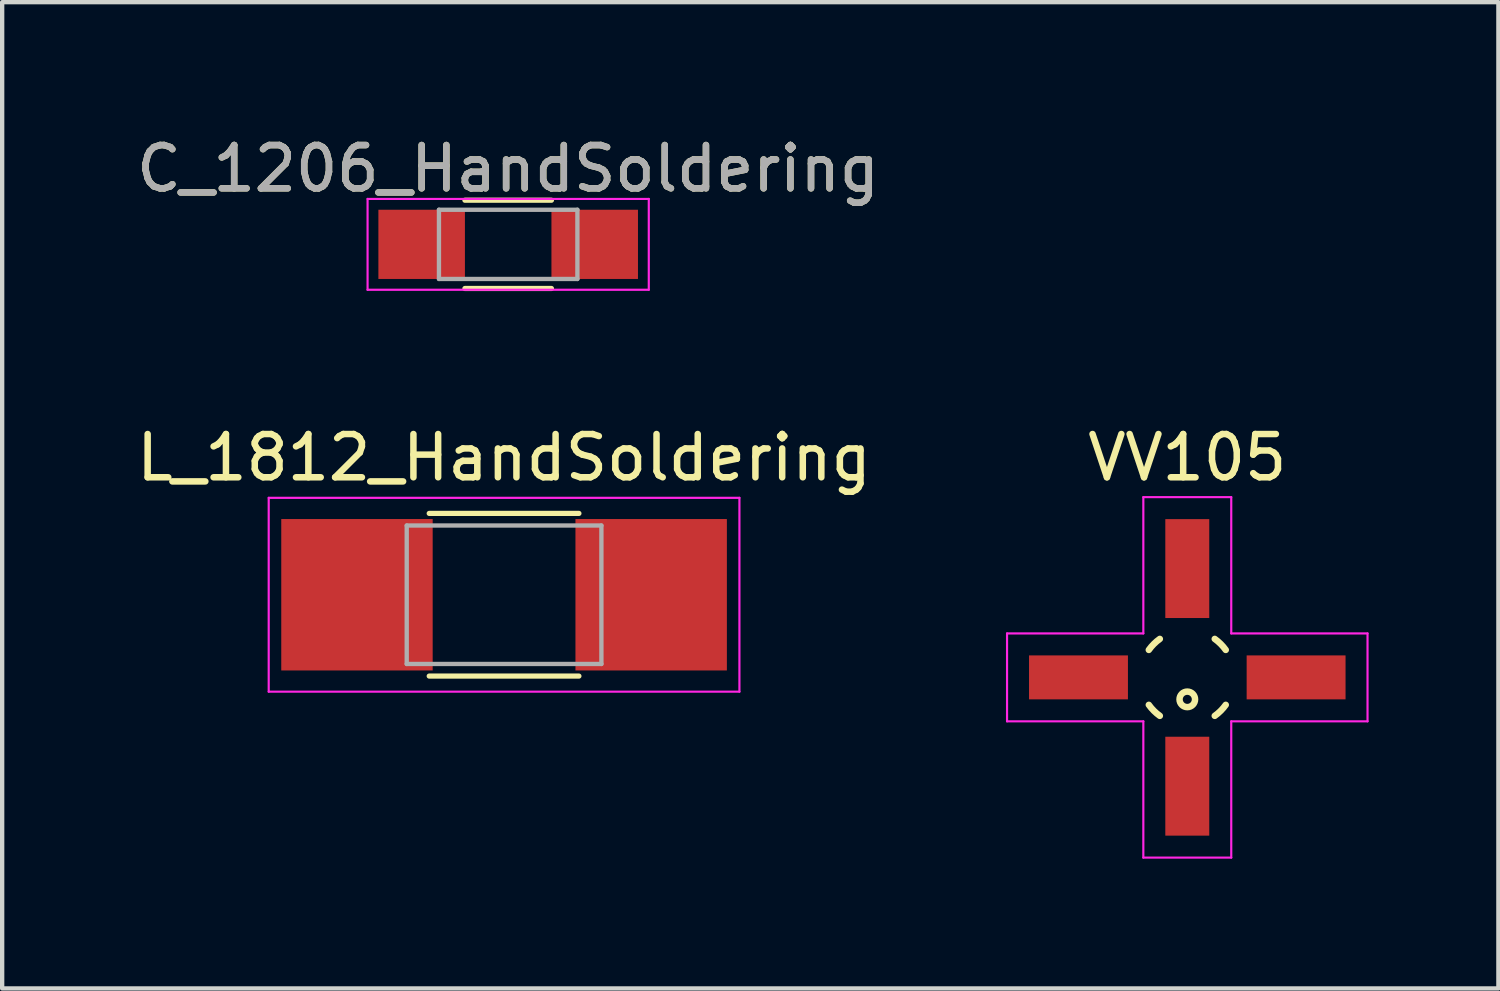
<source format=kicad_pcb>
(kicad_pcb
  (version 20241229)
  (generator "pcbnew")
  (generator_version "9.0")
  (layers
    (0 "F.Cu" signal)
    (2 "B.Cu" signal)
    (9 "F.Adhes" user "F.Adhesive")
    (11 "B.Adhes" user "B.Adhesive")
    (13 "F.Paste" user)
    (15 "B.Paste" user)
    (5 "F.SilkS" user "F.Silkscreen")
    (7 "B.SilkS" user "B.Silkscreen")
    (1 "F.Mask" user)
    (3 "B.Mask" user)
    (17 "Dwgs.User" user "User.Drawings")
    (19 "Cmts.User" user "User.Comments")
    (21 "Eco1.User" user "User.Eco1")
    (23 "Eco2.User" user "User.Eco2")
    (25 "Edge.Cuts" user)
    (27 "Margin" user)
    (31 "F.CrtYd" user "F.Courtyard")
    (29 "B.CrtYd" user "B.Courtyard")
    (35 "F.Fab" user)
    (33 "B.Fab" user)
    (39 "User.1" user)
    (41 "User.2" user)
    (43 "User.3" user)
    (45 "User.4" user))
  (footprint "VV105"
    (layer "F.Cu")
    (at 24.393 12.607)
    (property "Reference" "VV105" (at 0 -5.08 0) (layer "F.SilkS") (effects (font (size 1 1) (thickness 0.15))))
    (attr through_hole)
    (fp_arc (start -0.889 -0.635) (mid -0.772511 -0.772511) (end -0.635 -0.889) (stroke (width 0.15) (type solid)) (layer "F.SilkS"))
    (fp_arc (start -0.635 0.889) (mid -0.772511 0.77251) (end -0.889001 0.634999) (stroke (width 0.15) (type solid)) (layer "F.SilkS"))
    (fp_arc (start 0.635 -0.889) (mid 0.772511 -0.772511) (end 0.889 -0.635) (stroke (width 0.15) (type solid)) (layer "F.SilkS"))
    (fp_arc (start 0.889 0.635) (mid 0.77251 0.772511) (end 0.634999 0.889001) (stroke (width 0.15) (type solid)) (layer "F.SilkS"))
    (fp_circle (center 0 0.508) (end 0.127 0.635) (stroke (width 0.15) (type solid)) (fill no) (layer "F.SilkS"))
    (fp_line (start -4.166 -1.016) (end -1.016 -1.016) (stroke (width 0.05) (type solid)) (layer "F.CrtYd"))
    (fp_line (start -4.166 1.016) (end -4.166 -1.016) (stroke (width 0.05) (type solid)) (layer "F.CrtYd"))
    (fp_line (start -1.016 -4.166) (end -1.016 -1.016) (stroke (width 0.05) (type solid)) (layer "F.CrtYd"))
    (fp_line (start -1.016 1.016) (end -4.166 1.016) (stroke (width 0.05) (type solid)) (layer "F.CrtYd"))
    (fp_line (start -1.016 4.166) (end -1.016 1.016) (stroke (width 0.05) (type solid)) (layer "F.CrtYd"))
    (fp_line (start 1.016 -4.166) (end -1.016 -4.166) (stroke (width 0.05) (type solid)) (layer "F.CrtYd"))
    (fp_line (start 1.016 -4.166) (end 1.016 -1.016) (stroke (width 0.05) (type solid)) (layer "F.CrtYd"))
    (fp_line (start 1.016 -1.016) (end 4.166 -1.016) (stroke (width 0.05) (type solid)) (layer "F.CrtYd"))
    (fp_line (start 1.016 1.016) (end 1.016 4.166) (stroke (width 0.05) (type solid)) (layer "F.CrtYd"))
    (fp_line (start 1.016 4.166) (end -1.016 4.166) (stroke (width 0.05) (type solid)) (layer "F.CrtYd"))
    (fp_line (start 4.166 -1.016) (end 4.166 1.016) (stroke (width 0.05) (type solid)) (layer "F.CrtYd"))
    (fp_line (start 4.166 1.016) (end 1.016 1.016) (stroke (width 0.05) (type solid)) (layer "F.CrtYd"))
    (pad "1" smd rect (at 0 2.515) (size 1.016 2.286) (layers "F.Cu" "F.Mask" "F.Paste"))
    (pad "2" smd rect (at 2.515 0) (size 2.286 1.016) (layers "F.Cu" "F.Mask" "F.Paste"))
    (pad "3" smd rect (at 0 -2.515) (size 1.016 2.286) (layers "F.Cu" "F.Mask" "F.Paste"))
    (pad "4" smd rect (at -2.515 0) (size 2.286 1.016) (layers "F.Cu" "F.Mask" "F.Paste")))
  (footprint "L_1812_HandSoldering"
    (layer "F.Cu")
    (at 8.601 10.697)
    (property "Reference" "L_1812_HandSoldering" (at 0 -3.17 0) (layer "F.SilkS") (effects (font (size 1 1) (thickness 0.15))))
    (attr smd)
    (fp_line (start -1.73 -1.88) (end 1.73 -1.88) (stroke (width 0.12) (type solid)) (layer "F.SilkS"))
    (fp_line (start -1.73 1.88) (end 1.73 1.88) (stroke (width 0.12) (type solid)) (layer "F.SilkS"))
    (fp_line (start -5.44 -2.24) (end 5.44 -2.24) (stroke (width 0.05) (type solid)) (layer "F.CrtYd"))
    (fp_line (start -5.44 2.24) (end -5.44 -2.24) (stroke (width 0.05) (type solid)) (layer "F.CrtYd"))
    (fp_line (start 5.44 -2.24) (end 5.44 2.24) (stroke (width 0.05) (type solid)) (layer "F.CrtYd"))
    (fp_line (start 5.44 2.24) (end -5.44 2.24) (stroke (width 0.05) (type solid)) (layer "F.CrtYd"))
    (fp_line (start -2.25 -1.6) (end 2.25 -1.6) (stroke (width 0.1) (type solid)) (layer "F.Fab"))
    (fp_line (start -2.25 1.6) (end -2.25 -1.6) (stroke (width 0.1) (type solid)) (layer "F.Fab"))
    (fp_line (start 2.25 -1.6) (end 2.25 1.6) (stroke (width 0.1) (type solid)) (layer "F.Fab"))
    (fp_line (start 2.25 1.6) (end -2.25 1.6) (stroke (width 0.1) (type solid)) (layer "F.Fab"))
    (pad "1" smd rect (at -3.4 0) (size 3.5 3.5) (layers "F.Cu" "F.Mask" "F.Paste"))
    (pad "2" smd rect (at 3.4 0) (size 3.5 3.5) (layers "F.Cu" "F.Mask" "F.Paste")))
  (footprint "C_1206_HandSoldering"
    (layer "F.Cu")
    (at 8.696 2.598)
    (property "Reference" "C_1206_HandSoldering" (at 0 -1.75 0) (layer "F.SilkS") (effects (font (size 1 1) (thickness 0.15))))
    (attr smd)
    (fp_line (start -1 1.02) (end 1 1.02) (stroke (width 0.12) (type solid)) (layer "F.SilkS"))
    (fp_line (start 1 -1.02) (end -1 -1.02) (stroke (width 0.12) (type solid)) (layer "F.SilkS"))
    (fp_line (start -3.25 -1.05) (end -3.25 1.05) (stroke (width 0.05) (type solid)) (layer "F.CrtYd"))
    (fp_line (start -3.25 -1.05) (end 3.25 -1.05) (stroke (width 0.05) (type solid)) (layer "F.CrtYd"))
    (fp_line (start 3.25 1.05) (end -3.25 1.05) (stroke (width 0.05) (type solid)) (layer "F.CrtYd"))
    (fp_line (start 3.25 1.05) (end 3.25 -1.05) (stroke (width 0.05) (type solid)) (layer "F.CrtYd"))
    (fp_line (start -1.6 -0.8) (end 1.6 -0.8) (stroke (width 0.1) (type solid)) (layer "F.Fab"))
    (fp_line (start -1.6 0.8) (end -1.6 -0.8) (stroke (width 0.1) (type solid)) (layer "F.Fab"))
    (fp_line (start 1.6 -0.8) (end 1.6 0.8) (stroke (width 0.1) (type solid)) (layer "F.Fab"))
    (fp_line (start 1.6 0.8) (end -1.6 0.8) (stroke (width 0.1) (type solid)) (layer "F.Fab"))
    (fp_text user "${REFERENCE}" (at 0 -1.75 0) (layer "F.Fab") (effects (font (size 1 1) (thickness 0.15))))
    (pad "1" smd rect (at -2 0) (size 2 1.6) (layers "F.Cu" "F.Mask" "F.Paste"))
    (pad "2" smd rect (at 2 0) (size 2 1.6) (layers "F.Cu" "F.Mask" "F.Paste")))
  (gr_rect
    (start -3 -3)
    (end 31.584 19.797)
    (stroke (width 0.1) (type default))
    (fill no)
    (layer "Edge.Cuts")))
</source>
